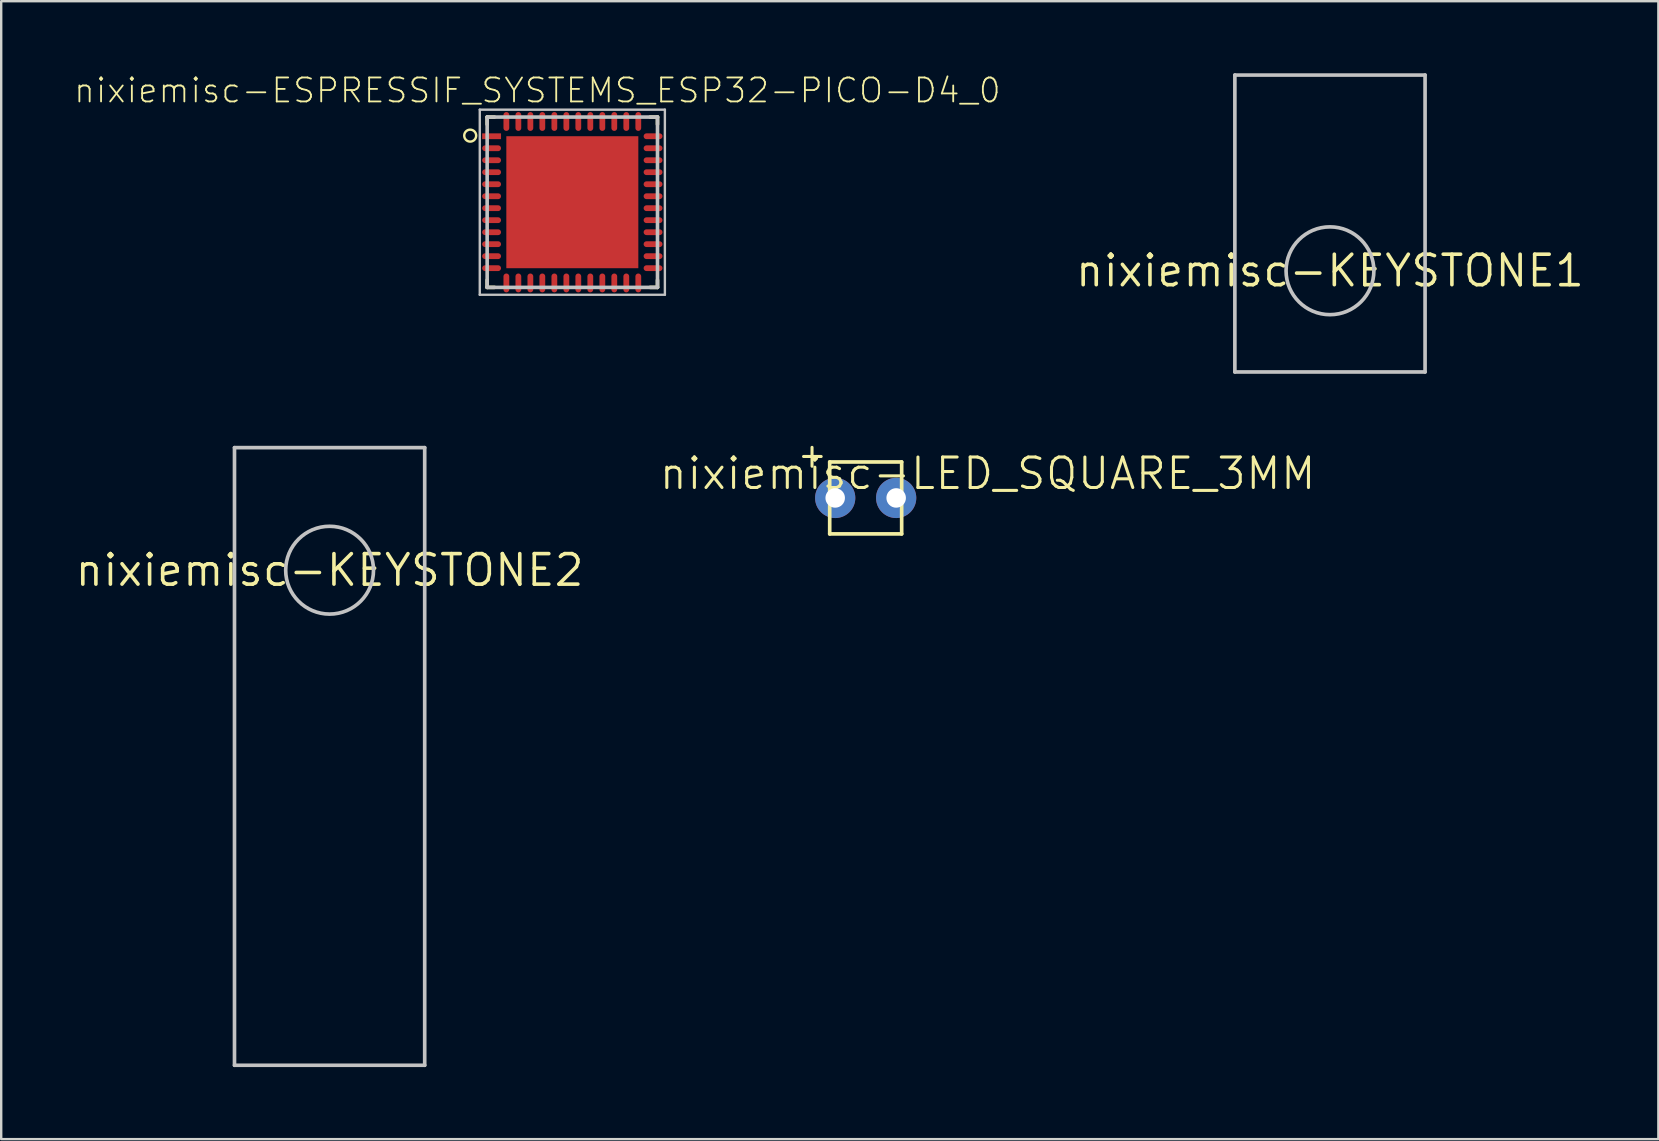
<source format=kicad_pcb>
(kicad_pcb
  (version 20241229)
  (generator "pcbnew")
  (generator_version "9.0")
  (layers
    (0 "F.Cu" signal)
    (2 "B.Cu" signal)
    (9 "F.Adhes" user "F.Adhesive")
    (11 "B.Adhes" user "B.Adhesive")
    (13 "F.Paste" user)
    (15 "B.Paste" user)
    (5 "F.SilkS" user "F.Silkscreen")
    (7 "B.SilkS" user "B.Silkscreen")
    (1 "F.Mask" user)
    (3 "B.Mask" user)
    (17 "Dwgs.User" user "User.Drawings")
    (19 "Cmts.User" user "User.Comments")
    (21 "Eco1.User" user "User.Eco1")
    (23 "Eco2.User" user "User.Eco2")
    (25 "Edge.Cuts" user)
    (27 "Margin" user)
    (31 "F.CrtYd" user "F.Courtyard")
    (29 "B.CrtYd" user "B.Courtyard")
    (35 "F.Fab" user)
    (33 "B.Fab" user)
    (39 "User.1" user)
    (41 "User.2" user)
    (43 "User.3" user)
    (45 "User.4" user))
  (footprint "nixiemisc-KEYSTONE2"
    (layer "F.Cu")
    (at 10.681 20.704)
    (property "Reference" "nixiemisc-KEYSTONE2" (at 0 0 0) (unlocked yes) (layer "F.SilkS") (effects (font (size 1.27 1.27) (thickness 0.15))))
    (attr exclude_from_pos_files exclude_from_bom)
    (fp_line (start -3.962 -5.105) (end -3.962 20.625) (stroke (width 0.152) (type solid)) (layer "Dwgs.User"))
    (fp_line (start -3.962 20.625) (end 3.962 20.625) (stroke (width 0.152) (type solid)) (layer "Dwgs.User"))
    (fp_line (start 3.962 -5.105) (end -3.962 -5.105) (stroke (width 0.152) (type solid)) (layer "Dwgs.User"))
    (fp_line (start 3.962 20.625) (end 3.962 -5.105) (stroke (width 0.152) (type solid)) (layer "Dwgs.User"))
    (fp_circle (center 0 0) (end 0 -1.829) (stroke (width 0.152) (type solid)) (fill no) (layer "Dwgs.User")))
  (footprint "nixiemisc-KEYSTONE1"
    (layer "F.Cu")
    (at 52.356 8.23)
    (property "Reference" "nixiemisc-KEYSTONE1" (at 0 0 0) (unlocked yes) (layer "F.SilkS") (effects (font (size 1.27 1.27) (thickness 0.15))))
    (attr exclude_from_pos_files exclude_from_bom)
    (fp_line (start -3.962 -8.153) (end -3.962 4.216) (stroke (width 0.152) (type solid)) (layer "Dwgs.User"))
    (fp_line (start -3.962 4.216) (end 3.962 4.216) (stroke (width 0.152) (type solid)) (layer "Dwgs.User"))
    (fp_line (start 3.962 -8.153) (end -3.962 -8.153) (stroke (width 0.152) (type solid)) (layer "Dwgs.User"))
    (fp_line (start 3.962 4.216) (end 3.962 -8.153) (stroke (width 0.152) (type solid)) (layer "Dwgs.User"))
    (fp_circle (center 0 0) (end 0 -1.829) (stroke (width 0.152) (type solid)) (fill no) (layer "Dwgs.User")))
  (footprint "nixiemisc-LED_SQUARE_3MM"
    (layer "F.Cu")
    (at 33.014 17.694)
    (property "Reference" "nixiemisc-LED_SQUARE_3MM" (at 5.08 -1.016 0) (unlocked yes) (layer "F.SilkS") (effects (font (size 1.27 1.27) (thickness 0.127))))
    (attr exclude_from_pos_files exclude_from_bom)
    (fp_line (start -2.588 -1.727) (end -1.854 -1.727) (stroke (width 0.127) (type solid)) (layer "F.SilkS"))
    (fp_line (start -2.235 -1.321) (end -2.235 -2.108) (stroke (width 0.127) (type solid)) (layer "F.SilkS"))
    (fp_line (start -1.499 -1.499) (end 1.499 -1.499) (stroke (width 0.152) (type solid)) (layer "F.SilkS"))
    (fp_line (start -1.499 1.499) (end -1.499 -1.499) (stroke (width 0.152) (type solid)) (layer "F.SilkS"))
    (fp_line (start 1.499 -1.499) (end 1.499 1.499) (stroke (width 0.152) (type solid)) (layer "F.SilkS"))
    (fp_line (start 1.499 1.499) (end -1.499 1.499) (stroke (width 0.152) (type solid)) (layer "F.SilkS"))
    (pad "A" thru_hole circle (at -1.27 0) (size 1.676 1.676) (drill 0.813) (layers "*.Cu" "*.Mask"))
    (pad "K" thru_hole circle (at 1.27 0) (size 1.676 1.676) (drill 0.813) (layers "*.Cu" "*.Mask")))
  (footprint "nixiemisc-ESPRESSIF_SYSTEMS_ESP32-PICO-D4_0"
    (layer "F.Cu")
    (at 20.793 5.374)
    (property "Reference" "nixiemisc-ESPRESSIF_SYSTEMS_ESP32-PICO-D4_0" (at -1.455 -4.656 0) (unlocked yes) (layer "F.SilkS") (effects (font (size 0.998 0.998) (thickness 0.076))))
    (attr smd)
    (fp_line (start -3.548 -3.548) (end -3.244 -3.548) (stroke (width 0.15) (type solid)) (layer "F.SilkS"))
    (fp_line (start -3.548 -3.244) (end -3.548 -3.548) (stroke (width 0.15) (type solid)) (layer "F.SilkS"))
    (fp_line (start -3.548 3.548) (end -3.548 3.244) (stroke (width 0.15) (type solid)) (layer "F.SilkS"))
    (fp_line (start -3.548 3.548) (end -3.244 3.548) (stroke (width 0.15) (type solid)) (layer "F.SilkS"))
    (fp_line (start 3.244 -3.548) (end 3.548 -3.548) (stroke (width 0.15) (type solid)) (layer "F.SilkS"))
    (fp_line (start 3.244 3.548) (end 3.548 3.548) (stroke (width 0.15) (type solid)) (layer "F.SilkS"))
    (fp_line (start 3.548 -3.244) (end 3.548 -3.548) (stroke (width 0.15) (type solid)) (layer "F.SilkS"))
    (fp_line (start 3.548 3.548) (end 3.548 3.244) (stroke (width 0.15) (type solid)) (layer "F.SilkS"))
    (fp_circle (center -4.255 -2.774) (end -4.255 -3.023) (stroke (width 0.1) (type solid)) (fill no) (layer "F.SilkS"))
    (fp_line (start -2.075 -2.075) (end -0.335 -2.075) (stroke (width 0.066) (type solid)) (layer "F.Paste"))
    (fp_line (start -2.075 -0.335) (end -2.075 -2.075) (stroke (width 0.066) (type solid)) (layer "F.Paste"))
    (fp_line (start -2.075 -0.335) (end -0.335 -0.335) (stroke (width 0.066) (type solid)) (layer "F.Paste"))
    (fp_line (start -2.075 0.335) (end -0.335 0.335) (stroke (width 0.066) (type solid)) (layer "F.Paste"))
    (fp_line (start -2.075 2.075) (end -2.075 0.335) (stroke (width 0.066) (type solid)) (layer "F.Paste"))
    (fp_line (start -2.075 2.075) (end -0.335 2.075) (stroke (width 0.066) (type solid)) (layer "F.Paste"))
    (fp_line (start -0.335 -0.335) (end -0.335 -2.075) (stroke (width 0.066) (type solid)) (layer "F.Paste"))
    (fp_line (start -0.335 2.075) (end -0.335 0.335) (stroke (width 0.066) (type solid)) (layer "F.Paste"))
    (fp_line (start 0.335 -2.075) (end 2.075 -2.075) (stroke (width 0.066) (type solid)) (layer "F.Paste"))
    (fp_line (start 0.335 -0.335) (end 0.335 -2.075) (stroke (width 0.066) (type solid)) (layer "F.Paste"))
    (fp_line (start 0.335 -0.335) (end 2.075 -0.335) (stroke (width 0.066) (type solid)) (layer "F.Paste"))
    (fp_line (start 0.335 0.335) (end 2.075 0.335) (stroke (width 0.066) (type solid)) (layer "F.Paste"))
    (fp_line (start 0.335 2.075) (end 0.335 0.335) (stroke (width 0.066) (type solid)) (layer "F.Paste"))
    (fp_line (start 0.335 2.075) (end 2.075 2.075) (stroke (width 0.066) (type solid)) (layer "F.Paste"))
    (fp_line (start 2.075 -0.335) (end 2.075 -2.075) (stroke (width 0.066) (type solid)) (layer "F.Paste"))
    (fp_line (start 2.075 2.075) (end 2.075 0.335) (stroke (width 0.066) (type solid)) (layer "F.Paste"))
    (fp_line (start -3.856 -3.856) (end 3.856 -3.856) (stroke (width 0.099) (type solid)) (layer "Dwgs.User"))
    (fp_line (start -3.856 3.856) (end -3.856 -3.856) (stroke (width 0.099) (type solid)) (layer "Dwgs.User"))
    (fp_line (start -3.548 -3.548) (end 3.548 -3.548) (stroke (width 0.15) (type solid)) (layer "Dwgs.User"))
    (fp_line (start -3.548 3.548) (end -3.548 -3.548) (stroke (width 0.15) (type solid)) (layer "Dwgs.User"))
    (fp_line (start 3.548 -3.548) (end 3.548 3.548) (stroke (width 0.15) (type solid)) (layer "Dwgs.User"))
    (fp_line (start 3.548 3.548) (end -3.548 3.548) (stroke (width 0.15) (type solid)) (layer "Dwgs.User"))
    (fp_line (start 3.856 -3.856) (end 3.856 3.856) (stroke (width 0.099) (type solid)) (layer "Dwgs.User"))
    (fp_line (start 3.856 3.856) (end -3.856 3.856) (stroke (width 0.099) (type solid)) (layer "Dwgs.User"))
    (pad "1" smd rect (at -3.363 -2.748) (size 0.785 0.241) (layers "F.Cu" "F.Mask" "F.Paste"))
    (pad "2" smd oval (at -3.363 -2.248) (size 0.785 0.241) (layers "F.Cu" "F.Mask" "F.Paste"))
    (pad "3" smd oval (at -3.363 -1.748) (size 0.785 0.241) (layers "F.Cu" "F.Mask" "F.Paste"))
    (pad "4" smd oval (at -3.363 -1.25) (size 0.785 0.241) (layers "F.Cu" "F.Mask" "F.Paste"))
    (pad "5" smd oval (at -3.363 -0.749) (size 0.785 0.241) (layers "F.Cu" "F.Mask" "F.Paste"))
    (pad "6" smd oval (at -3.363 -0.249) (size 0.785 0.241) (layers "F.Cu" "F.Mask" "F.Paste"))
    (pad "7" smd oval (at -3.363 0.249) (size 0.785 0.241) (layers "F.Cu" "F.Mask" "F.Paste"))
    (pad "8" smd oval (at -3.363 0.749) (size 0.785 0.241) (layers "F.Cu" "F.Mask" "F.Paste"))
    (pad "9" smd oval (at -3.363 1.25) (size 0.785 0.241) (layers "F.Cu" "F.Mask" "F.Paste"))
    (pad "10" smd oval (at -3.363 1.748) (size 0.785 0.241) (layers "F.Cu" "F.Mask" "F.Paste"))
    (pad "11" smd oval (at -3.363 2.248) (size 0.785 0.241) (layers "F.Cu" "F.Mask" "F.Paste"))
    (pad "12" smd oval (at -3.363 2.748) (size 0.785 0.241) (layers "F.Cu" "F.Mask" "F.Paste"))
    (pad "13" smd oval (at -2.748 3.363) (size 0.241 0.785) (layers "F.Cu" "F.Mask" "F.Paste"))
    (pad "14" smd oval (at -2.248 3.363) (size 0.241 0.785) (layers "F.Cu" "F.Mask" "F.Paste"))
    (pad "15" smd oval (at -1.748 3.363) (size 0.241 0.785) (layers "F.Cu" "F.Mask" "F.Paste"))
    (pad "16" smd oval (at -1.25 3.363) (size 0.241 0.785) (layers "F.Cu" "F.Mask" "F.Paste"))
    (pad "17" smd oval (at -0.749 3.363) (size 0.241 0.785) (layers "F.Cu" "F.Mask" "F.Paste"))
    (pad "18" smd oval (at -0.249 3.363) (size 0.241 0.785) (layers "F.Cu" "F.Mask" "F.Paste"))
    (pad "19" smd oval (at 0.249 3.363) (size 0.241 0.785) (layers "F.Cu" "F.Mask" "F.Paste"))
    (pad "20" smd oval (at 0.749 3.363) (size 0.241 0.785) (layers "F.Cu" "F.Mask" "F.Paste"))
    (pad "21" smd oval (at 1.25 3.363) (size 0.241 0.785) (layers "F.Cu" "F.Mask" "F.Paste"))
    (pad "22" smd oval (at 1.748 3.363) (size 0.241 0.785) (layers "F.Cu" "F.Mask" "F.Paste"))
    (pad "23" smd oval (at 2.248 3.363) (size 0.241 0.785) (layers "F.Cu" "F.Mask" "F.Paste"))
    (pad "24" smd oval (at 2.748 3.363) (size 0.241 0.785) (layers "F.Cu" "F.Mask" "F.Paste"))
    (pad "25" smd oval (at 3.363 2.748) (size 0.785 0.241) (layers "F.Cu" "F.Mask" "F.Paste"))
    (pad "26" smd oval (at 3.363 2.248) (size 0.785 0.241) (layers "F.Cu" "F.Mask" "F.Paste"))
    (pad "27" smd oval (at 3.363 1.748) (size 0.785 0.241) (layers "F.Cu" "F.Mask" "F.Paste"))
    (pad "28" smd oval (at 3.363 1.25) (size 0.785 0.241) (layers "F.Cu" "F.Mask" "F.Paste"))
    (pad "29" smd oval (at 3.363 0.749) (size 0.785 0.241) (layers "F.Cu" "F.Mask" "F.Paste"))
    (pad "30" smd oval (at 3.363 0.249) (size 0.785 0.241) (layers "F.Cu" "F.Mask" "F.Paste"))
    (pad "31" smd oval (at 3.363 -0.249) (size 0.785 0.241) (layers "F.Cu" "F.Mask" "F.Paste"))
    (pad "32" smd oval (at 3.363 -0.749) (size 0.785 0.241) (layers "F.Cu" "F.Mask" "F.Paste"))
    (pad "33" smd oval (at 3.363 -1.25) (size 0.785 0.241) (layers "F.Cu" "F.Mask" "F.Paste"))
    (pad "34" smd oval (at 3.363 -1.748) (size 0.785 0.241) (layers "F.Cu" "F.Mask" "F.Paste"))
    (pad "35" smd oval (at 3.363 -2.248) (size 0.785 0.241) (layers "F.Cu" "F.Mask" "F.Paste"))
    (pad "36" smd oval (at 3.363 -2.748) (size 0.785 0.241) (layers "F.Cu" "F.Mask" "F.Paste"))
    (pad "37" smd oval (at 2.748 -3.363) (size 0.241 0.785) (layers "F.Cu" "F.Mask" "F.Paste"))
    (pad "38" smd oval (at 2.248 -3.363) (size 0.241 0.785) (layers "F.Cu" "F.Mask" "F.Paste"))
    (pad "39" smd oval (at 1.748 -3.363) (size 0.241 0.785) (layers "F.Cu" "F.Mask" "F.Paste"))
    (pad "40" smd oval (at 1.25 -3.363) (size 0.241 0.785) (layers "F.Cu" "F.Mask" "F.Paste"))
    (pad "41" smd oval (at 0.749 -3.363) (size 0.241 0.785) (layers "F.Cu" "F.Mask" "F.Paste"))
    (pad "42" smd oval (at 0.249 -3.363) (size 0.241 0.785) (layers "F.Cu" "F.Mask" "F.Paste"))
    (pad "43" smd oval (at -0.249 -3.363) (size 0.241 0.785) (layers "F.Cu" "F.Mask" "F.Paste"))
    (pad "44" smd oval (at -0.749 -3.363) (size 0.241 0.785) (layers "F.Cu" "F.Mask" "F.Paste"))
    (pad "45" smd oval (at -1.25 -3.363) (size 0.241 0.785) (layers "F.Cu" "F.Mask" "F.Paste"))
    (pad "46" smd oval (at -1.748 -3.363) (size 0.241 0.785) (layers "F.Cu" "F.Mask" "F.Paste"))
    (pad "47" smd oval (at -2.248 -3.363) (size 0.241 0.785) (layers "F.Cu" "F.Mask" "F.Paste"))
    (pad "48" smd oval (at -2.748 -3.363) (size 0.241 0.785) (layers "F.Cu" "F.Mask" "F.Paste"))
    (pad "49" smd rect (at 0 0) (size 5.499 5.499) (layers "F.Cu" "F.Mask" "F.Paste")))
  (gr_rect
    (start -3 -3)
    (end 66.037 44.405)
    (stroke (width 0.1) (type default))
    (fill no)
    (layer "Edge.Cuts")))
</source>
